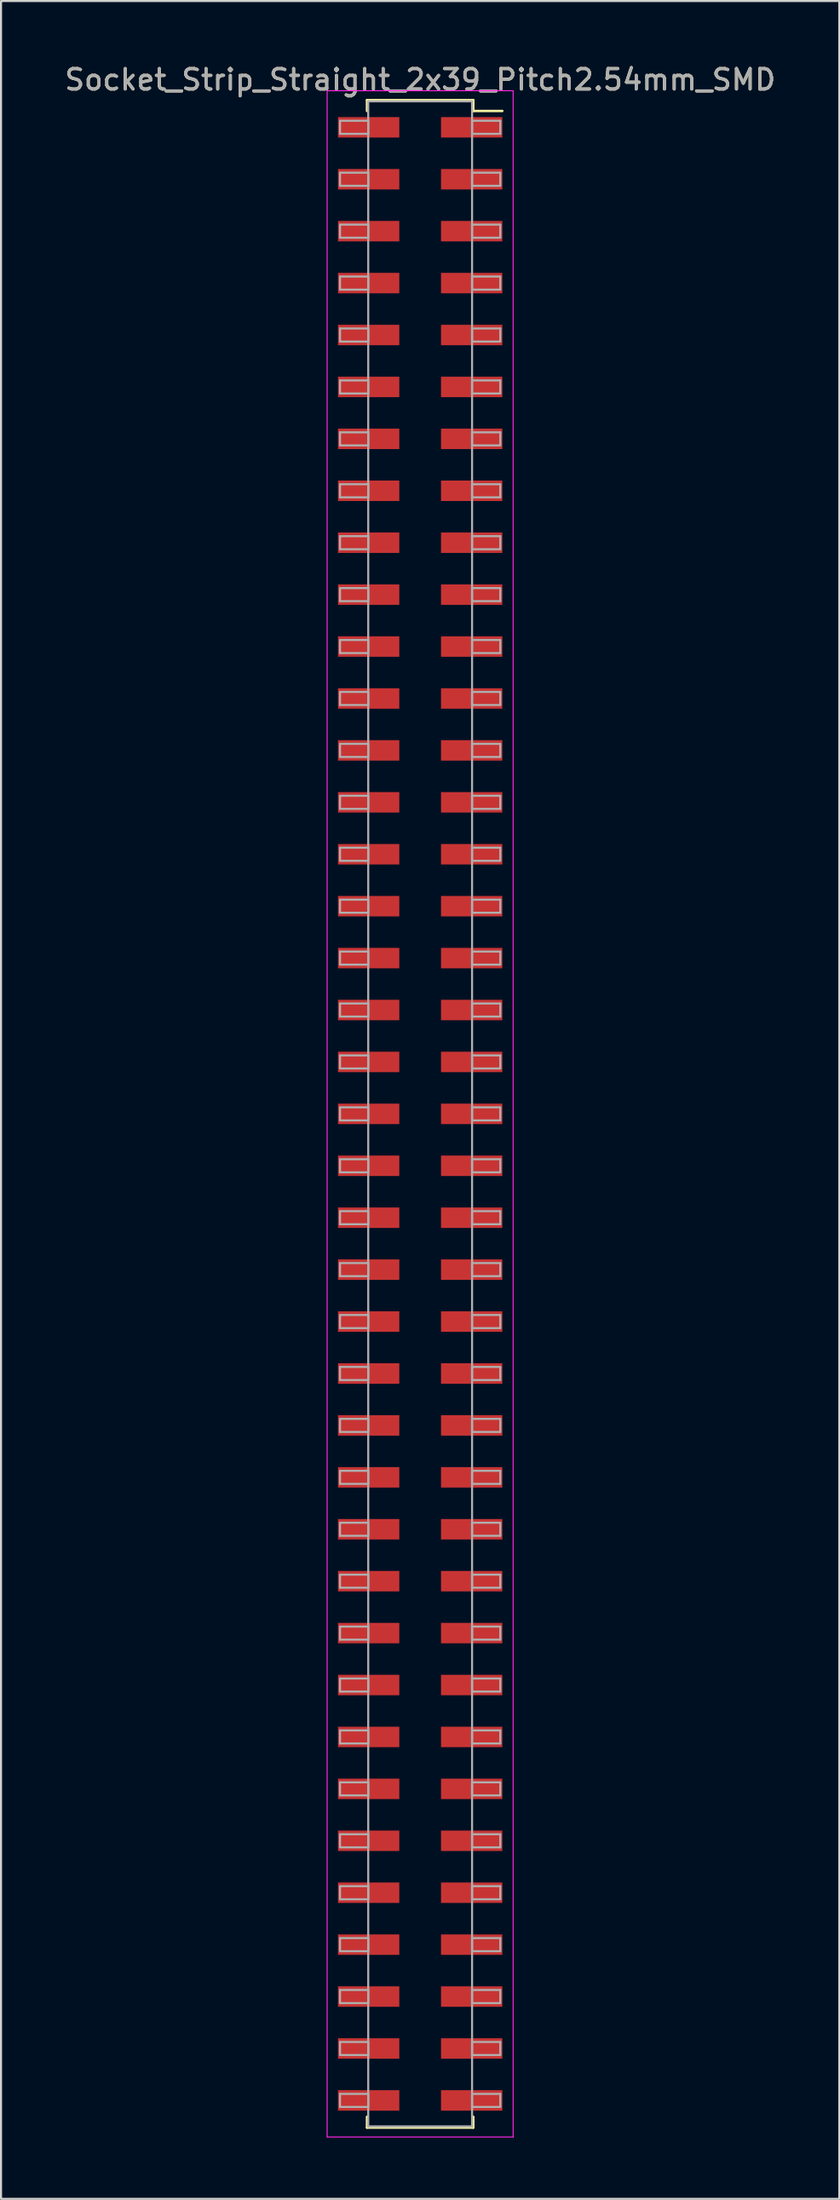
<source format=kicad_pcb>
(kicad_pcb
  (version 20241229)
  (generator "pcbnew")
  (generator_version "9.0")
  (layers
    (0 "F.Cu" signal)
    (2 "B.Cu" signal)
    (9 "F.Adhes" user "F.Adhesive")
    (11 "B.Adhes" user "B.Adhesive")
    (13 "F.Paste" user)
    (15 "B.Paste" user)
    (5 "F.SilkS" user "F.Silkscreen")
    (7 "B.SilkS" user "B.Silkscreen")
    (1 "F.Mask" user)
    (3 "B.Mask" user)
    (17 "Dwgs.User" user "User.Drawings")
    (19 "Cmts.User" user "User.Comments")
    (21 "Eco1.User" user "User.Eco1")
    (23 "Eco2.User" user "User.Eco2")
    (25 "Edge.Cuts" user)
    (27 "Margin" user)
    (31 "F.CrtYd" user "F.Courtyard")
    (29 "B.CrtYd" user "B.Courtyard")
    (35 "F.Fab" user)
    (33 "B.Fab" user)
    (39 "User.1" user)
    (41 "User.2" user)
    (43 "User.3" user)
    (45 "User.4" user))
  (footprint "Socket_Strip_Straight_2x39_Pitch2.54mm_SMD"
    (layer "F.Cu")
    (at 17.506 51.438)
    (property "Reference" "Socket_Strip_Straight_2x39_Pitch2.54mm_SMD" (at 0 -50.59 0) (layer "F.SilkS") (effects (font (size 1 1) (thickness 0.15))))
    (attr smd)
    (fp_line (start -2.6 -49.59) (end 2.6 -49.59) (stroke (width 0.12) (type solid)) (layer "F.SilkS"))
    (fp_line (start -2.6 -49.06) (end -2.6 -49.59) (stroke (width 0.12) (type solid)) (layer "F.SilkS"))
    (fp_line (start -2.6 49.06) (end -2.6 49.59) (stroke (width 0.12) (type solid)) (layer "F.SilkS"))
    (fp_line (start -2.6 49.59) (end 2.6 49.59) (stroke (width 0.12) (type solid)) (layer "F.SilkS"))
    (fp_line (start 2.6 -49.59) (end 2.6 -49.06) (stroke (width 0.12) (type solid)) (layer "F.SilkS"))
    (fp_line (start 2.6 49.59) (end 2.6 49.06) (stroke (width 0.12) (type solid)) (layer "F.SilkS"))
    (fp_line (start 4.02 -49.06) (end 2.6 -49.06) (stroke (width 0.12) (type solid)) (layer "F.SilkS"))
    (fp_line (start -4.55 -50.05) (end -4.55 50.05) (stroke (width 0.05) (type solid)) (layer "F.CrtYd"))
    (fp_line (start -4.55 50.05) (end 4.55 50.05) (stroke (width 0.05) (type solid)) (layer "F.CrtYd"))
    (fp_line (start 4.55 -50.05) (end -4.55 -50.05) (stroke (width 0.05) (type solid)) (layer "F.CrtYd"))
    (fp_line (start 4.55 50.05) (end 4.55 -50.05) (stroke (width 0.05) (type solid)) (layer "F.CrtYd"))
    (fp_line (start -3.92 -48.58) (end -2.54 -48.58) (stroke (width 0.1) (type solid)) (layer "F.Fab"))
    (fp_line (start -3.92 -47.94) (end -3.92 -48.58) (stroke (width 0.1) (type solid)) (layer "F.Fab"))
    (fp_line (start -3.92 -46.04) (end -2.54 -46.04) (stroke (width 0.1) (type solid)) (layer "F.Fab"))
    (fp_line (start -3.92 -45.4) (end -3.92 -46.04) (stroke (width 0.1) (type solid)) (layer "F.Fab"))
    (fp_line (start -3.92 -43.5) (end -2.54 -43.5) (stroke (width 0.1) (type solid)) (layer "F.Fab"))
    (fp_line (start -3.92 -42.86) (end -3.92 -43.5) (stroke (width 0.1) (type solid)) (layer "F.Fab"))
    (fp_line (start -3.92 -40.96) (end -2.54 -40.96) (stroke (width 0.1) (type solid)) (layer "F.Fab"))
    (fp_line (start -3.92 -40.32) (end -3.92 -40.96) (stroke (width 0.1) (type solid)) (layer "F.Fab"))
    (fp_line (start -3.92 -38.42) (end -2.54 -38.42) (stroke (width 0.1) (type solid)) (layer "F.Fab"))
    (fp_line (start -3.92 -37.78) (end -3.92 -38.42) (stroke (width 0.1) (type solid)) (layer "F.Fab"))
    (fp_line (start -3.92 -35.88) (end -2.54 -35.88) (stroke (width 0.1) (type solid)) (layer "F.Fab"))
    (fp_line (start -3.92 -35.24) (end -3.92 -35.88) (stroke (width 0.1) (type solid)) (layer "F.Fab"))
    (fp_line (start -3.92 -33.34) (end -2.54 -33.34) (stroke (width 0.1) (type solid)) (layer "F.Fab"))
    (fp_line (start -3.92 -32.7) (end -3.92 -33.34) (stroke (width 0.1) (type solid)) (layer "F.Fab"))
    (fp_line (start -3.92 -30.8) (end -2.54 -30.8) (stroke (width 0.1) (type solid)) (layer "F.Fab"))
    (fp_line (start -3.92 -30.16) (end -3.92 -30.8) (stroke (width 0.1) (type solid)) (layer "F.Fab"))
    (fp_line (start -3.92 -28.26) (end -2.54 -28.26) (stroke (width 0.1) (type solid)) (layer "F.Fab"))
    (fp_line (start -3.92 -27.62) (end -3.92 -28.26) (stroke (width 0.1) (type solid)) (layer "F.Fab"))
    (fp_line (start -3.92 -25.72) (end -2.54 -25.72) (stroke (width 0.1) (type solid)) (layer "F.Fab"))
    (fp_line (start -3.92 -25.08) (end -3.92 -25.72) (stroke (width 0.1) (type solid)) (layer "F.Fab"))
    (fp_line (start -3.92 -23.18) (end -2.54 -23.18) (stroke (width 0.1) (type solid)) (layer "F.Fab"))
    (fp_line (start -3.92 -22.54) (end -3.92 -23.18) (stroke (width 0.1) (type solid)) (layer "F.Fab"))
    (fp_line (start -3.92 -20.64) (end -2.54 -20.64) (stroke (width 0.1) (type solid)) (layer "F.Fab"))
    (fp_line (start -3.92 -20) (end -3.92 -20.64) (stroke (width 0.1) (type solid)) (layer "F.Fab"))
    (fp_line (start -3.92 -18.1) (end -2.54 -18.1) (stroke (width 0.1) (type solid)) (layer "F.Fab"))
    (fp_line (start -3.92 -17.46) (end -3.92 -18.1) (stroke (width 0.1) (type solid)) (layer "F.Fab"))
    (fp_line (start -3.92 -15.56) (end -2.54 -15.56) (stroke (width 0.1) (type solid)) (layer "F.Fab"))
    (fp_line (start -3.92 -14.92) (end -3.92 -15.56) (stroke (width 0.1) (type solid)) (layer "F.Fab"))
    (fp_line (start -3.92 -13.02) (end -2.54 -13.02) (stroke (width 0.1) (type solid)) (layer "F.Fab"))
    (fp_line (start -3.92 -12.38) (end -3.92 -13.02) (stroke (width 0.1) (type solid)) (layer "F.Fab"))
    (fp_line (start -3.92 -10.48) (end -2.54 -10.48) (stroke (width 0.1) (type solid)) (layer "F.Fab"))
    (fp_line (start -3.92 -9.84) (end -3.92 -10.48) (stroke (width 0.1) (type solid)) (layer "F.Fab"))
    (fp_line (start -3.92 -7.94) (end -2.54 -7.94) (stroke (width 0.1) (type solid)) (layer "F.Fab"))
    (fp_line (start -3.92 -7.3) (end -3.92 -7.94) (stroke (width 0.1) (type solid)) (layer "F.Fab"))
    (fp_line (start -3.92 -5.4) (end -2.54 -5.4) (stroke (width 0.1) (type solid)) (layer "F.Fab"))
    (fp_line (start -3.92 -4.76) (end -3.92 -5.4) (stroke (width 0.1) (type solid)) (layer "F.Fab"))
    (fp_line (start -3.92 -2.86) (end -2.54 -2.86) (stroke (width 0.1) (type solid)) (layer "F.Fab"))
    (fp_line (start -3.92 -2.22) (end -3.92 -2.86) (stroke (width 0.1) (type solid)) (layer "F.Fab"))
    (fp_line (start -3.92 -0.32) (end -2.54 -0.32) (stroke (width 0.1) (type solid)) (layer "F.Fab"))
    (fp_line (start -3.92 0.32) (end -3.92 -0.32) (stroke (width 0.1) (type solid)) (layer "F.Fab"))
    (fp_line (start -3.92 2.22) (end -2.54 2.22) (stroke (width 0.1) (type solid)) (layer "F.Fab"))
    (fp_line (start -3.92 2.86) (end -3.92 2.22) (stroke (width 0.1) (type solid)) (layer "F.Fab"))
    (fp_line (start -3.92 4.76) (end -2.54 4.76) (stroke (width 0.1) (type solid)) (layer "F.Fab"))
    (fp_line (start -3.92 5.4) (end -3.92 4.76) (stroke (width 0.1) (type solid)) (layer "F.Fab"))
    (fp_line (start -3.92 7.3) (end -2.54 7.3) (stroke (width 0.1) (type solid)) (layer "F.Fab"))
    (fp_line (start -3.92 7.94) (end -3.92 7.3) (stroke (width 0.1) (type solid)) (layer "F.Fab"))
    (fp_line (start -3.92 9.84) (end -2.54 9.84) (stroke (width 0.1) (type solid)) (layer "F.Fab"))
    (fp_line (start -3.92 10.48) (end -3.92 9.84) (stroke (width 0.1) (type solid)) (layer "F.Fab"))
    (fp_line (start -3.92 12.38) (end -2.54 12.38) (stroke (width 0.1) (type solid)) (layer "F.Fab"))
    (fp_line (start -3.92 13.02) (end -3.92 12.38) (stroke (width 0.1) (type solid)) (layer "F.Fab"))
    (fp_line (start -3.92 14.92) (end -2.54 14.92) (stroke (width 0.1) (type solid)) (layer "F.Fab"))
    (fp_line (start -3.92 15.56) (end -3.92 14.92) (stroke (width 0.1) (type solid)) (layer "F.Fab"))
    (fp_line (start -3.92 17.46) (end -2.54 17.46) (stroke (width 0.1) (type solid)) (layer "F.Fab"))
    (fp_line (start -3.92 18.1) (end -3.92 17.46) (stroke (width 0.1) (type solid)) (layer "F.Fab"))
    (fp_line (start -3.92 20) (end -2.54 20) (stroke (width 0.1) (type solid)) (layer "F.Fab"))
    (fp_line (start -3.92 20.64) (end -3.92 20) (stroke (width 0.1) (type solid)) (layer "F.Fab"))
    (fp_line (start -3.92 22.54) (end -2.54 22.54) (stroke (width 0.1) (type solid)) (layer "F.Fab"))
    (fp_line (start -3.92 23.18) (end -3.92 22.54) (stroke (width 0.1) (type solid)) (layer "F.Fab"))
    (fp_line (start -3.92 25.08) (end -2.54 25.08) (stroke (width 0.1) (type solid)) (layer "F.Fab"))
    (fp_line (start -3.92 25.72) (end -3.92 25.08) (stroke (width 0.1) (type solid)) (layer "F.Fab"))
    (fp_line (start -3.92 27.62) (end -2.54 27.62) (stroke (width 0.1) (type solid)) (layer "F.Fab"))
    (fp_line (start -3.92 28.26) (end -3.92 27.62) (stroke (width 0.1) (type solid)) (layer "F.Fab"))
    (fp_line (start -3.92 30.16) (end -2.54 30.16) (stroke (width 0.1) (type solid)) (layer "F.Fab"))
    (fp_line (start -3.92 30.8) (end -3.92 30.16) (stroke (width 0.1) (type solid)) (layer "F.Fab"))
    (fp_line (start -3.92 32.7) (end -2.54 32.7) (stroke (width 0.1) (type solid)) (layer "F.Fab"))
    (fp_line (start -3.92 33.34) (end -3.92 32.7) (stroke (width 0.1) (type solid)) (layer "F.Fab"))
    (fp_line (start -3.92 35.24) (end -2.54 35.24) (stroke (width 0.1) (type solid)) (layer "F.Fab"))
    (fp_line (start -3.92 35.88) (end -3.92 35.24) (stroke (width 0.1) (type solid)) (layer "F.Fab"))
    (fp_line (start -3.92 37.78) (end -2.54 37.78) (stroke (width 0.1) (type solid)) (layer "F.Fab"))
    (fp_line (start -3.92 38.42) (end -3.92 37.78) (stroke (width 0.1) (type solid)) (layer "F.Fab"))
    (fp_line (start -3.92 40.32) (end -2.54 40.32) (stroke (width 0.1) (type solid)) (layer "F.Fab"))
    (fp_line (start -3.92 40.96) (end -3.92 40.32) (stroke (width 0.1) (type solid)) (layer "F.Fab"))
    (fp_line (start -3.92 42.86) (end -2.54 42.86) (stroke (width 0.1) (type solid)) (layer "F.Fab"))
    (fp_line (start -3.92 43.5) (end -3.92 42.86) (stroke (width 0.1) (type solid)) (layer "F.Fab"))
    (fp_line (start -3.92 45.4) (end -2.54 45.4) (stroke (width 0.1) (type solid)) (layer "F.Fab"))
    (fp_line (start -3.92 46.04) (end -3.92 45.4) (stroke (width 0.1) (type solid)) (layer "F.Fab"))
    (fp_line (start -3.92 47.94) (end -2.54 47.94) (stroke (width 0.1) (type solid)) (layer "F.Fab"))
    (fp_line (start -3.92 48.58) (end -3.92 47.94) (stroke (width 0.1) (type solid)) (layer "F.Fab"))
    (fp_line (start -2.54 -49.53) (end -2.54 49.53) (stroke (width 0.1) (type solid)) (layer "F.Fab"))
    (fp_line (start -2.54 -48.58) (end -2.54 -47.94) (stroke (width 0.1) (type solid)) (layer "F.Fab"))
    (fp_line (start -2.54 -47.94) (end -3.92 -47.94) (stroke (width 0.1) (type solid)) (layer "F.Fab"))
    (fp_line (start -2.54 -46.04) (end -2.54 -45.4) (stroke (width 0.1) (type solid)) (layer "F.Fab"))
    (fp_line (start -2.54 -45.4) (end -3.92 -45.4) (stroke (width 0.1) (type solid)) (layer "F.Fab"))
    (fp_line (start -2.54 -43.5) (end -2.54 -42.86) (stroke (width 0.1) (type solid)) (layer "F.Fab"))
    (fp_line (start -2.54 -42.86) (end -3.92 -42.86) (stroke (width 0.1) (type solid)) (layer "F.Fab"))
    (fp_line (start -2.54 -40.96) (end -2.54 -40.32) (stroke (width 0.1) (type solid)) (layer "F.Fab"))
    (fp_line (start -2.54 -40.32) (end -3.92 -40.32) (stroke (width 0.1) (type solid)) (layer "F.Fab"))
    (fp_line (start -2.54 -38.42) (end -2.54 -37.78) (stroke (width 0.1) (type solid)) (layer "F.Fab"))
    (fp_line (start -2.54 -37.78) (end -3.92 -37.78) (stroke (width 0.1) (type solid)) (layer "F.Fab"))
    (fp_line (start -2.54 -35.88) (end -2.54 -35.24) (stroke (width 0.1) (type solid)) (layer "F.Fab"))
    (fp_line (start -2.54 -35.24) (end -3.92 -35.24) (stroke (width 0.1) (type solid)) (layer "F.Fab"))
    (fp_line (start -2.54 -33.34) (end -2.54 -32.7) (stroke (width 0.1) (type solid)) (layer "F.Fab"))
    (fp_line (start -2.54 -32.7) (end -3.92 -32.7) (stroke (width 0.1) (type solid)) (layer "F.Fab"))
    (fp_line (start -2.54 -30.8) (end -2.54 -30.16) (stroke (width 0.1) (type solid)) (layer "F.Fab"))
    (fp_line (start -2.54 -30.16) (end -3.92 -30.16) (stroke (width 0.1) (type solid)) (layer "F.Fab"))
    (fp_line (start -2.54 -28.26) (end -2.54 -27.62) (stroke (width 0.1) (type solid)) (layer "F.Fab"))
    (fp_line (start -2.54 -27.62) (end -3.92 -27.62) (stroke (width 0.1) (type solid)) (layer "F.Fab"))
    (fp_line (start -2.54 -25.72) (end -2.54 -25.08) (stroke (width 0.1) (type solid)) (layer "F.Fab"))
    (fp_line (start -2.54 -25.08) (end -3.92 -25.08) (stroke (width 0.1) (type solid)) (layer "F.Fab"))
    (fp_line (start -2.54 -23.18) (end -2.54 -22.54) (stroke (width 0.1) (type solid)) (layer "F.Fab"))
    (fp_line (start -2.54 -22.54) (end -3.92 -22.54) (stroke (width 0.1) (type solid)) (layer "F.Fab"))
    (fp_line (start -2.54 -20.64) (end -2.54 -20) (stroke (width 0.1) (type solid)) (layer "F.Fab"))
    (fp_line (start -2.54 -20) (end -3.92 -20) (stroke (width 0.1) (type solid)) (layer "F.Fab"))
    (fp_line (start -2.54 -18.1) (end -2.54 -17.46) (stroke (width 0.1) (type solid)) (layer "F.Fab"))
    (fp_line (start -2.54 -17.46) (end -3.92 -17.46) (stroke (width 0.1) (type solid)) (layer "F.Fab"))
    (fp_line (start -2.54 -15.56) (end -2.54 -14.92) (stroke (width 0.1) (type solid)) (layer "F.Fab"))
    (fp_line (start -2.54 -14.92) (end -3.92 -14.92) (stroke (width 0.1) (type solid)) (layer "F.Fab"))
    (fp_line (start -2.54 -13.02) (end -2.54 -12.38) (stroke (width 0.1) (type solid)) (layer "F.Fab"))
    (fp_line (start -2.54 -12.38) (end -3.92 -12.38) (stroke (width 0.1) (type solid)) (layer "F.Fab"))
    (fp_line (start -2.54 -10.48) (end -2.54 -9.84) (stroke (width 0.1) (type solid)) (layer "F.Fab"))
    (fp_line (start -2.54 -9.84) (end -3.92 -9.84) (stroke (width 0.1) (type solid)) (layer "F.Fab"))
    (fp_line (start -2.54 -7.94) (end -2.54 -7.3) (stroke (width 0.1) (type solid)) (layer "F.Fab"))
    (fp_line (start -2.54 -7.3) (end -3.92 -7.3) (stroke (width 0.1) (type solid)) (layer "F.Fab"))
    (fp_line (start -2.54 -5.4) (end -2.54 -4.76) (stroke (width 0.1) (type solid)) (layer "F.Fab"))
    (fp_line (start -2.54 -4.76) (end -3.92 -4.76) (stroke (width 0.1) (type solid)) (layer "F.Fab"))
    (fp_line (start -2.54 -2.86) (end -2.54 -2.22) (stroke (width 0.1) (type solid)) (layer "F.Fab"))
    (fp_line (start -2.54 -2.22) (end -3.92 -2.22) (stroke (width 0.1) (type solid)) (layer "F.Fab"))
    (fp_line (start -2.54 -0.32) (end -2.54 0.32) (stroke (width 0.1) (type solid)) (layer "F.Fab"))
    (fp_line (start -2.54 0.32) (end -3.92 0.32) (stroke (width 0.1) (type solid)) (layer "F.Fab"))
    (fp_line (start -2.54 2.22) (end -2.54 2.86) (stroke (width 0.1) (type solid)) (layer "F.Fab"))
    (fp_line (start -2.54 2.86) (end -3.92 2.86) (stroke (width 0.1) (type solid)) (layer "F.Fab"))
    (fp_line (start -2.54 4.76) (end -2.54 5.4) (stroke (width 0.1) (type solid)) (layer "F.Fab"))
    (fp_line (start -2.54 5.4) (end -3.92 5.4) (stroke (width 0.1) (type solid)) (layer "F.Fab"))
    (fp_line (start -2.54 7.3) (end -2.54 7.94) (stroke (width 0.1) (type solid)) (layer "F.Fab"))
    (fp_line (start -2.54 7.94) (end -3.92 7.94) (stroke (width 0.1) (type solid)) (layer "F.Fab"))
    (fp_line (start -2.54 9.84) (end -2.54 10.48) (stroke (width 0.1) (type solid)) (layer "F.Fab"))
    (fp_line (start -2.54 10.48) (end -3.92 10.48) (stroke (width 0.1) (type solid)) (layer "F.Fab"))
    (fp_line (start -2.54 12.38) (end -2.54 13.02) (stroke (width 0.1) (type solid)) (layer "F.Fab"))
    (fp_line (start -2.54 13.02) (end -3.92 13.02) (stroke (width 0.1) (type solid)) (layer "F.Fab"))
    (fp_line (start -2.54 14.92) (end -2.54 15.56) (stroke (width 0.1) (type solid)) (layer "F.Fab"))
    (fp_line (start -2.54 15.56) (end -3.92 15.56) (stroke (width 0.1) (type solid)) (layer "F.Fab"))
    (fp_line (start -2.54 17.46) (end -2.54 18.1) (stroke (width 0.1) (type solid)) (layer "F.Fab"))
    (fp_line (start -2.54 18.1) (end -3.92 18.1) (stroke (width 0.1) (type solid)) (layer "F.Fab"))
    (fp_line (start -2.54 20) (end -2.54 20.64) (stroke (width 0.1) (type solid)) (layer "F.Fab"))
    (fp_line (start -2.54 20.64) (end -3.92 20.64) (stroke (width 0.1) (type solid)) (layer "F.Fab"))
    (fp_line (start -2.54 22.54) (end -2.54 23.18) (stroke (width 0.1) (type solid)) (layer "F.Fab"))
    (fp_line (start -2.54 23.18) (end -3.92 23.18) (stroke (width 0.1) (type solid)) (layer "F.Fab"))
    (fp_line (start -2.54 25.08) (end -2.54 25.72) (stroke (width 0.1) (type solid)) (layer "F.Fab"))
    (fp_line (start -2.54 25.72) (end -3.92 25.72) (stroke (width 0.1) (type solid)) (layer "F.Fab"))
    (fp_line (start -2.54 27.62) (end -2.54 28.26) (stroke (width 0.1) (type solid)) (layer "F.Fab"))
    (fp_line (start -2.54 28.26) (end -3.92 28.26) (stroke (width 0.1) (type solid)) (layer "F.Fab"))
    (fp_line (start -2.54 30.16) (end -2.54 30.8) (stroke (width 0.1) (type solid)) (layer "F.Fab"))
    (fp_line (start -2.54 30.8) (end -3.92 30.8) (stroke (width 0.1) (type solid)) (layer "F.Fab"))
    (fp_line (start -2.54 32.7) (end -2.54 33.34) (stroke (width 0.1) (type solid)) (layer "F.Fab"))
    (fp_line (start -2.54 33.34) (end -3.92 33.34) (stroke (width 0.1) (type solid)) (layer "F.Fab"))
    (fp_line (start -2.54 35.24) (end -2.54 35.88) (stroke (width 0.1) (type solid)) (layer "F.Fab"))
    (fp_line (start -2.54 35.88) (end -3.92 35.88) (stroke (width 0.1) (type solid)) (layer "F.Fab"))
    (fp_line (start -2.54 37.78) (end -2.54 38.42) (stroke (width 0.1) (type solid)) (layer "F.Fab"))
    (fp_line (start -2.54 38.42) (end -3.92 38.42) (stroke (width 0.1) (type solid)) (layer "F.Fab"))
    (fp_line (start -2.54 40.32) (end -2.54 40.96) (stroke (width 0.1) (type solid)) (layer "F.Fab"))
    (fp_line (start -2.54 40.96) (end -3.92 40.96) (stroke (width 0.1) (type solid)) (layer "F.Fab"))
    (fp_line (start -2.54 42.86) (end -2.54 43.5) (stroke (width 0.1) (type solid)) (layer "F.Fab"))
    (fp_line (start -2.54 43.5) (end -3.92 43.5) (stroke (width 0.1) (type solid)) (layer "F.Fab"))
    (fp_line (start -2.54 45.4) (end -2.54 46.04) (stroke (width 0.1) (type solid)) (layer "F.Fab"))
    (fp_line (start -2.54 46.04) (end -3.92 46.04) (stroke (width 0.1) (type solid)) (layer "F.Fab"))
    (fp_line (start -2.54 47.94) (end -2.54 48.58) (stroke (width 0.1) (type solid)) (layer "F.Fab"))
    (fp_line (start -2.54 48.58) (end -3.92 48.58) (stroke (width 0.1) (type solid)) (layer "F.Fab"))
    (fp_line (start -2.54 49.53) (end 2.54 49.53) (stroke (width 0.1) (type solid)) (layer "F.Fab"))
    (fp_line (start 2.54 -49.53) (end -2.54 -49.53) (stroke (width 0.1) (type solid)) (layer "F.Fab"))
    (fp_line (start 2.54 -48.58) (end 2.54 -47.94) (stroke (width 0.1) (type solid)) (layer "F.Fab"))
    (fp_line (start 2.54 -47.94) (end 3.92 -47.94) (stroke (width 0.1) (type solid)) (layer "F.Fab"))
    (fp_line (start 2.54 -46.04) (end 2.54 -45.4) (stroke (width 0.1) (type solid)) (layer "F.Fab"))
    (fp_line (start 2.54 -45.4) (end 3.92 -45.4) (stroke (width 0.1) (type solid)) (layer "F.Fab"))
    (fp_line (start 2.54 -43.5) (end 2.54 -42.86) (stroke (width 0.1) (type solid)) (layer "F.Fab"))
    (fp_line (start 2.54 -42.86) (end 3.92 -42.86) (stroke (width 0.1) (type solid)) (layer "F.Fab"))
    (fp_line (start 2.54 -40.96) (end 2.54 -40.32) (stroke (width 0.1) (type solid)) (layer "F.Fab"))
    (fp_line (start 2.54 -40.32) (end 3.92 -40.32) (stroke (width 0.1) (type solid)) (layer "F.Fab"))
    (fp_line (start 2.54 -38.42) (end 2.54 -37.78) (stroke (width 0.1) (type solid)) (layer "F.Fab"))
    (fp_line (start 2.54 -37.78) (end 3.92 -37.78) (stroke (width 0.1) (type solid)) (layer "F.Fab"))
    (fp_line (start 2.54 -35.88) (end 2.54 -35.24) (stroke (width 0.1) (type solid)) (layer "F.Fab"))
    (fp_line (start 2.54 -35.24) (end 3.92 -35.24) (stroke (width 0.1) (type solid)) (layer "F.Fab"))
    (fp_line (start 2.54 -33.34) (end 2.54 -32.7) (stroke (width 0.1) (type solid)) (layer "F.Fab"))
    (fp_line (start 2.54 -32.7) (end 3.92 -32.7) (stroke (width 0.1) (type solid)) (layer "F.Fab"))
    (fp_line (start 2.54 -30.8) (end 2.54 -30.16) (stroke (width 0.1) (type solid)) (layer "F.Fab"))
    (fp_line (start 2.54 -30.16) (end 3.92 -30.16) (stroke (width 0.1) (type solid)) (layer "F.Fab"))
    (fp_line (start 2.54 -28.26) (end 2.54 -27.62) (stroke (width 0.1) (type solid)) (layer "F.Fab"))
    (fp_line (start 2.54 -27.62) (end 3.92 -27.62) (stroke (width 0.1) (type solid)) (layer "F.Fab"))
    (fp_line (start 2.54 -25.72) (end 2.54 -25.08) (stroke (width 0.1) (type solid)) (layer "F.Fab"))
    (fp_line (start 2.54 -25.08) (end 3.92 -25.08) (stroke (width 0.1) (type solid)) (layer "F.Fab"))
    (fp_line (start 2.54 -23.18) (end 2.54 -22.54) (stroke (width 0.1) (type solid)) (layer "F.Fab"))
    (fp_line (start 2.54 -22.54) (end 3.92 -22.54) (stroke (width 0.1) (type solid)) (layer "F.Fab"))
    (fp_line (start 2.54 -20.64) (end 2.54 -20) (stroke (width 0.1) (type solid)) (layer "F.Fab"))
    (fp_line (start 2.54 -20) (end 3.92 -20) (stroke (width 0.1) (type solid)) (layer "F.Fab"))
    (fp_line (start 2.54 -18.1) (end 2.54 -17.46) (stroke (width 0.1) (type solid)) (layer "F.Fab"))
    (fp_line (start 2.54 -17.46) (end 3.92 -17.46) (stroke (width 0.1) (type solid)) (layer "F.Fab"))
    (fp_line (start 2.54 -15.56) (end 2.54 -14.92) (stroke (width 0.1) (type solid)) (layer "F.Fab"))
    (fp_line (start 2.54 -14.92) (end 3.92 -14.92) (stroke (width 0.1) (type solid)) (layer "F.Fab"))
    (fp_line (start 2.54 -13.02) (end 2.54 -12.38) (stroke (width 0.1) (type solid)) (layer "F.Fab"))
    (fp_line (start 2.54 -12.38) (end 3.92 -12.38) (stroke (width 0.1) (type solid)) (layer "F.Fab"))
    (fp_line (start 2.54 -10.48) (end 2.54 -9.84) (stroke (width 0.1) (type solid)) (layer "F.Fab"))
    (fp_line (start 2.54 -9.84) (end 3.92 -9.84) (stroke (width 0.1) (type solid)) (layer "F.Fab"))
    (fp_line (start 2.54 -7.94) (end 2.54 -7.3) (stroke (width 0.1) (type solid)) (layer "F.Fab"))
    (fp_line (start 2.54 -7.3) (end 3.92 -7.3) (stroke (width 0.1) (type solid)) (layer "F.Fab"))
    (fp_line (start 2.54 -5.4) (end 2.54 -4.76) (stroke (width 0.1) (type solid)) (layer "F.Fab"))
    (fp_line (start 2.54 -4.76) (end 3.92 -4.76) (stroke (width 0.1) (type solid)) (layer "F.Fab"))
    (fp_line (start 2.54 -2.86) (end 2.54 -2.22) (stroke (width 0.1) (type solid)) (layer "F.Fab"))
    (fp_line (start 2.54 -2.22) (end 3.92 -2.22) (stroke (width 0.1) (type solid)) (layer "F.Fab"))
    (fp_line (start 2.54 -0.32) (end 2.54 0.32) (stroke (width 0.1) (type solid)) (layer "F.Fab"))
    (fp_line (start 2.54 0.32) (end 3.92 0.32) (stroke (width 0.1) (type solid)) (layer "F.Fab"))
    (fp_line (start 2.54 2.22) (end 2.54 2.86) (stroke (width 0.1) (type solid)) (layer "F.Fab"))
    (fp_line (start 2.54 2.86) (end 3.92 2.86) (stroke (width 0.1) (type solid)) (layer "F.Fab"))
    (fp_line (start 2.54 4.76) (end 2.54 5.4) (stroke (width 0.1) (type solid)) (layer "F.Fab"))
    (fp_line (start 2.54 5.4) (end 3.92 5.4) (stroke (width 0.1) (type solid)) (layer "F.Fab"))
    (fp_line (start 2.54 7.3) (end 2.54 7.94) (stroke (width 0.1) (type solid)) (layer "F.Fab"))
    (fp_line (start 2.54 7.94) (end 3.92 7.94) (stroke (width 0.1) (type solid)) (layer "F.Fab"))
    (fp_line (start 2.54 9.84) (end 2.54 10.48) (stroke (width 0.1) (type solid)) (layer "F.Fab"))
    (fp_line (start 2.54 10.48) (end 3.92 10.48) (stroke (width 0.1) (type solid)) (layer "F.Fab"))
    (fp_line (start 2.54 12.38) (end 2.54 13.02) (stroke (width 0.1) (type solid)) (layer "F.Fab"))
    (fp_line (start 2.54 13.02) (end 3.92 13.02) (stroke (width 0.1) (type solid)) (layer "F.Fab"))
    (fp_line (start 2.54 14.92) (end 2.54 15.56) (stroke (width 0.1) (type solid)) (layer "F.Fab"))
    (fp_line (start 2.54 15.56) (end 3.92 15.56) (stroke (width 0.1) (type solid)) (layer "F.Fab"))
    (fp_line (start 2.54 17.46) (end 2.54 18.1) (stroke (width 0.1) (type solid)) (layer "F.Fab"))
    (fp_line (start 2.54 18.1) (end 3.92 18.1) (stroke (width 0.1) (type solid)) (layer "F.Fab"))
    (fp_line (start 2.54 20) (end 2.54 20.64) (stroke (width 0.1) (type solid)) (layer "F.Fab"))
    (fp_line (start 2.54 20.64) (end 3.92 20.64) (stroke (width 0.1) (type solid)) (layer "F.Fab"))
    (fp_line (start 2.54 22.54) (end 2.54 23.18) (stroke (width 0.1) (type solid)) (layer "F.Fab"))
    (fp_line (start 2.54 23.18) (end 3.92 23.18) (stroke (width 0.1) (type solid)) (layer "F.Fab"))
    (fp_line (start 2.54 25.08) (end 2.54 25.72) (stroke (width 0.1) (type solid)) (layer "F.Fab"))
    (fp_line (start 2.54 25.72) (end 3.92 25.72) (stroke (width 0.1) (type solid)) (layer "F.Fab"))
    (fp_line (start 2.54 27.62) (end 2.54 28.26) (stroke (width 0.1) (type solid)) (layer "F.Fab"))
    (fp_line (start 2.54 28.26) (end 3.92 28.26) (stroke (width 0.1) (type solid)) (layer "F.Fab"))
    (fp_line (start 2.54 30.16) (end 2.54 30.8) (stroke (width 0.1) (type solid)) (layer "F.Fab"))
    (fp_line (start 2.54 30.8) (end 3.92 30.8) (stroke (width 0.1) (type solid)) (layer "F.Fab"))
    (fp_line (start 2.54 32.7) (end 2.54 33.34) (stroke (width 0.1) (type solid)) (layer "F.Fab"))
    (fp_line (start 2.54 33.34) (end 3.92 33.34) (stroke (width 0.1) (type solid)) (layer "F.Fab"))
    (fp_line (start 2.54 35.24) (end 2.54 35.88) (stroke (width 0.1) (type solid)) (layer "F.Fab"))
    (fp_line (start 2.54 35.88) (end 3.92 35.88) (stroke (width 0.1) (type solid)) (layer "F.Fab"))
    (fp_line (start 2.54 37.78) (end 2.54 38.42) (stroke (width 0.1) (type solid)) (layer "F.Fab"))
    (fp_line (start 2.54 38.42) (end 3.92 38.42) (stroke (width 0.1) (type solid)) (layer "F.Fab"))
    (fp_line (start 2.54 40.32) (end 2.54 40.96) (stroke (width 0.1) (type solid)) (layer "F.Fab"))
    (fp_line (start 2.54 40.96) (end 3.92 40.96) (stroke (width 0.1) (type solid)) (layer "F.Fab"))
    (fp_line (start 2.54 42.86) (end 2.54 43.5) (stroke (width 0.1) (type solid)) (layer "F.Fab"))
    (fp_line (start 2.54 43.5) (end 3.92 43.5) (stroke (width 0.1) (type solid)) (layer "F.Fab"))
    (fp_line (start 2.54 45.4) (end 2.54 46.04) (stroke (width 0.1) (type solid)) (layer "F.Fab"))
    (fp_line (start 2.54 46.04) (end 3.92 46.04) (stroke (width 0.1) (type solid)) (layer "F.Fab"))
    (fp_line (start 2.54 47.94) (end 2.54 48.58) (stroke (width 0.1) (type solid)) (layer "F.Fab"))
    (fp_line (start 2.54 48.58) (end 3.92 48.58) (stroke (width 0.1) (type solid)) (layer "F.Fab"))
    (fp_line (start 2.54 49.53) (end 2.54 -49.53) (stroke (width 0.1) (type solid)) (layer "F.Fab"))
    (fp_line (start 3.92 -48.58) (end 2.54 -48.58) (stroke (width 0.1) (type solid)) (layer "F.Fab"))
    (fp_line (start 3.92 -47.94) (end 3.92 -48.58) (stroke (width 0.1) (type solid)) (layer "F.Fab"))
    (fp_line (start 3.92 -46.04) (end 2.54 -46.04) (stroke (width 0.1) (type solid)) (layer "F.Fab"))
    (fp_line (start 3.92 -45.4) (end 3.92 -46.04) (stroke (width 0.1) (type solid)) (layer "F.Fab"))
    (fp_line (start 3.92 -43.5) (end 2.54 -43.5) (stroke (width 0.1) (type solid)) (layer "F.Fab"))
    (fp_line (start 3.92 -42.86) (end 3.92 -43.5) (stroke (width 0.1) (type solid)) (layer "F.Fab"))
    (fp_line (start 3.92 -40.96) (end 2.54 -40.96) (stroke (width 0.1) (type solid)) (layer "F.Fab"))
    (fp_line (start 3.92 -40.32) (end 3.92 -40.96) (stroke (width 0.1) (type solid)) (layer "F.Fab"))
    (fp_line (start 3.92 -38.42) (end 2.54 -38.42) (stroke (width 0.1) (type solid)) (layer "F.Fab"))
    (fp_line (start 3.92 -37.78) (end 3.92 -38.42) (stroke (width 0.1) (type solid)) (layer "F.Fab"))
    (fp_line (start 3.92 -35.88) (end 2.54 -35.88) (stroke (width 0.1) (type solid)) (layer "F.Fab"))
    (fp_line (start 3.92 -35.24) (end 3.92 -35.88) (stroke (width 0.1) (type solid)) (layer "F.Fab"))
    (fp_line (start 3.92 -33.34) (end 2.54 -33.34) (stroke (width 0.1) (type solid)) (layer "F.Fab"))
    (fp_line (start 3.92 -32.7) (end 3.92 -33.34) (stroke (width 0.1) (type solid)) (layer "F.Fab"))
    (fp_line (start 3.92 -30.8) (end 2.54 -30.8) (stroke (width 0.1) (type solid)) (layer "F.Fab"))
    (fp_line (start 3.92 -30.16) (end 3.92 -30.8) (stroke (width 0.1) (type solid)) (layer "F.Fab"))
    (fp_line (start 3.92 -28.26) (end 2.54 -28.26) (stroke (width 0.1) (type solid)) (layer "F.Fab"))
    (fp_line (start 3.92 -27.62) (end 3.92 -28.26) (stroke (width 0.1) (type solid)) (layer "F.Fab"))
    (fp_line (start 3.92 -25.72) (end 2.54 -25.72) (stroke (width 0.1) (type solid)) (layer "F.Fab"))
    (fp_line (start 3.92 -25.08) (end 3.92 -25.72) (stroke (width 0.1) (type solid)) (layer "F.Fab"))
    (fp_line (start 3.92 -23.18) (end 2.54 -23.18) (stroke (width 0.1) (type solid)) (layer "F.Fab"))
    (fp_line (start 3.92 -22.54) (end 3.92 -23.18) (stroke (width 0.1) (type solid)) (layer "F.Fab"))
    (fp_line (start 3.92 -20.64) (end 2.54 -20.64) (stroke (width 0.1) (type solid)) (layer "F.Fab"))
    (fp_line (start 3.92 -20) (end 3.92 -20.64) (stroke (width 0.1) (type solid)) (layer "F.Fab"))
    (fp_line (start 3.92 -18.1) (end 2.54 -18.1) (stroke (width 0.1) (type solid)) (layer "F.Fab"))
    (fp_line (start 3.92 -17.46) (end 3.92 -18.1) (stroke (width 0.1) (type solid)) (layer "F.Fab"))
    (fp_line (start 3.92 -15.56) (end 2.54 -15.56) (stroke (width 0.1) (type solid)) (layer "F.Fab"))
    (fp_line (start 3.92 -14.92) (end 3.92 -15.56) (stroke (width 0.1) (type solid)) (layer "F.Fab"))
    (fp_line (start 3.92 -13.02) (end 2.54 -13.02) (stroke (width 0.1) (type solid)) (layer "F.Fab"))
    (fp_line (start 3.92 -12.38) (end 3.92 -13.02) (stroke (width 0.1) (type solid)) (layer "F.Fab"))
    (fp_line (start 3.92 -10.48) (end 2.54 -10.48) (stroke (width 0.1) (type solid)) (layer "F.Fab"))
    (fp_line (start 3.92 -9.84) (end 3.92 -10.48) (stroke (width 0.1) (type solid)) (layer "F.Fab"))
    (fp_line (start 3.92 -7.94) (end 2.54 -7.94) (stroke (width 0.1) (type solid)) (layer "F.Fab"))
    (fp_line (start 3.92 -7.3) (end 3.92 -7.94) (stroke (width 0.1) (type solid)) (layer "F.Fab"))
    (fp_line (start 3.92 -5.4) (end 2.54 -5.4) (stroke (width 0.1) (type solid)) (layer "F.Fab"))
    (fp_line (start 3.92 -4.76) (end 3.92 -5.4) (stroke (width 0.1) (type solid)) (layer "F.Fab"))
    (fp_line (start 3.92 -2.86) (end 2.54 -2.86) (stroke (width 0.1) (type solid)) (layer "F.Fab"))
    (fp_line (start 3.92 -2.22) (end 3.92 -2.86) (stroke (width 0.1) (type solid)) (layer "F.Fab"))
    (fp_line (start 3.92 -0.32) (end 2.54 -0.32) (stroke (width 0.1) (type solid)) (layer "F.Fab"))
    (fp_line (start 3.92 0.32) (end 3.92 -0.32) (stroke (width 0.1) (type solid)) (layer "F.Fab"))
    (fp_line (start 3.92 2.22) (end 2.54 2.22) (stroke (width 0.1) (type solid)) (layer "F.Fab"))
    (fp_line (start 3.92 2.86) (end 3.92 2.22) (stroke (width 0.1) (type solid)) (layer "F.Fab"))
    (fp_line (start 3.92 4.76) (end 2.54 4.76) (stroke (width 0.1) (type solid)) (layer "F.Fab"))
    (fp_line (start 3.92 5.4) (end 3.92 4.76) (stroke (width 0.1) (type solid)) (layer "F.Fab"))
    (fp_line (start 3.92 7.3) (end 2.54 7.3) (stroke (width 0.1) (type solid)) (layer "F.Fab"))
    (fp_line (start 3.92 7.94) (end 3.92 7.3) (stroke (width 0.1) (type solid)) (layer "F.Fab"))
    (fp_line (start 3.92 9.84) (end 2.54 9.84) (stroke (width 0.1) (type solid)) (layer "F.Fab"))
    (fp_line (start 3.92 10.48) (end 3.92 9.84) (stroke (width 0.1) (type solid)) (layer "F.Fab"))
    (fp_line (start 3.92 12.38) (end 2.54 12.38) (stroke (width 0.1) (type solid)) (layer "F.Fab"))
    (fp_line (start 3.92 13.02) (end 3.92 12.38) (stroke (width 0.1) (type solid)) (layer "F.Fab"))
    (fp_line (start 3.92 14.92) (end 2.54 14.92) (stroke (width 0.1) (type solid)) (layer "F.Fab"))
    (fp_line (start 3.92 15.56) (end 3.92 14.92) (stroke (width 0.1) (type solid)) (layer "F.Fab"))
    (fp_line (start 3.92 17.46) (end 2.54 17.46) (stroke (width 0.1) (type solid)) (layer "F.Fab"))
    (fp_line (start 3.92 18.1) (end 3.92 17.46) (stroke (width 0.1) (type solid)) (layer "F.Fab"))
    (fp_line (start 3.92 20) (end 2.54 20) (stroke (width 0.1) (type solid)) (layer "F.Fab"))
    (fp_line (start 3.92 20.64) (end 3.92 20) (stroke (width 0.1) (type solid)) (layer "F.Fab"))
    (fp_line (start 3.92 22.54) (end 2.54 22.54) (stroke (width 0.1) (type solid)) (layer "F.Fab"))
    (fp_line (start 3.92 23.18) (end 3.92 22.54) (stroke (width 0.1) (type solid)) (layer "F.Fab"))
    (fp_line (start 3.92 25.08) (end 2.54 25.08) (stroke (width 0.1) (type solid)) (layer "F.Fab"))
    (fp_line (start 3.92 25.72) (end 3.92 25.08) (stroke (width 0.1) (type solid)) (layer "F.Fab"))
    (fp_line (start 3.92 27.62) (end 2.54 27.62) (stroke (width 0.1) (type solid)) (layer "F.Fab"))
    (fp_line (start 3.92 28.26) (end 3.92 27.62) (stroke (width 0.1) (type solid)) (layer "F.Fab"))
    (fp_line (start 3.92 30.16) (end 2.54 30.16) (stroke (width 0.1) (type solid)) (layer "F.Fab"))
    (fp_line (start 3.92 30.8) (end 3.92 30.16) (stroke (width 0.1) (type solid)) (layer "F.Fab"))
    (fp_line (start 3.92 32.7) (end 2.54 32.7) (stroke (width 0.1) (type solid)) (layer "F.Fab"))
    (fp_line (start 3.92 33.34) (end 3.92 32.7) (stroke (width 0.1) (type solid)) (layer "F.Fab"))
    (fp_line (start 3.92 35.24) (end 2.54 35.24) (stroke (width 0.1) (type solid)) (layer "F.Fab"))
    (fp_line (start 3.92 35.88) (end 3.92 35.24) (stroke (width 0.1) (type solid)) (layer "F.Fab"))
    (fp_line (start 3.92 37.78) (end 2.54 37.78) (stroke (width 0.1) (type solid)) (layer "F.Fab"))
    (fp_line (start 3.92 38.42) (end 3.92 37.78) (stroke (width 0.1) (type solid)) (layer "F.Fab"))
    (fp_line (start 3.92 40.32) (end 2.54 40.32) (stroke (width 0.1) (type solid)) (layer "F.Fab"))
    (fp_line (start 3.92 40.96) (end 3.92 40.32) (stroke (width 0.1) (type solid)) (layer "F.Fab"))
    (fp_line (start 3.92 42.86) (end 2.54 42.86) (stroke (width 0.1) (type solid)) (layer "F.Fab"))
    (fp_line (start 3.92 43.5) (end 3.92 42.86) (stroke (width 0.1) (type solid)) (layer "F.Fab"))
    (fp_line (start 3.92 45.4) (end 2.54 45.4) (stroke (width 0.1) (type solid)) (layer "F.Fab"))
    (fp_line (start 3.92 46.04) (end 3.92 45.4) (stroke (width 0.1) (type solid)) (layer "F.Fab"))
    (fp_line (start 3.92 47.94) (end 2.54 47.94) (stroke (width 0.1) (type solid)) (layer "F.Fab"))
    (fp_line (start 3.92 48.58) (end 3.92 47.94) (stroke (width 0.1) (type solid)) (layer "F.Fab"))
    (fp_text user "${REFERENCE}" (at 0 -50.59 0) (layer "F.Fab") (effects (font (size 1 1) (thickness 0.15))))
    (pad "1" smd rect (at 2.52 -48.26) (size 3 1) (layers "F.Cu" "F.Mask" "F.Paste"))
    (pad "2" smd rect (at -2.52 -48.26) (size 3 1) (layers "F.Cu" "F.Mask" "F.Paste"))
    (pad "3" smd rect (at 2.52 -45.72) (size 3 1) (layers "F.Cu" "F.Mask" "F.Paste"))
    (pad "4" smd rect (at -2.52 -45.72) (size 3 1) (layers "F.Cu" "F.Mask" "F.Paste"))
    (pad "5" smd rect (at 2.52 -43.18) (size 3 1) (layers "F.Cu" "F.Mask" "F.Paste"))
    (pad "6" smd rect (at -2.52 -43.18) (size 3 1) (layers "F.Cu" "F.Mask" "F.Paste"))
    (pad "7" smd rect (at 2.52 -40.64) (size 3 1) (layers "F.Cu" "F.Mask" "F.Paste"))
    (pad "8" smd rect (at -2.52 -40.64) (size 3 1) (layers "F.Cu" "F.Mask" "F.Paste"))
    (pad "9" smd rect (at 2.52 -38.1) (size 3 1) (layers "F.Cu" "F.Mask" "F.Paste"))
    (pad "10" smd rect (at -2.52 -38.1) (size 3 1) (layers "F.Cu" "F.Mask" "F.Paste"))
    (pad "11" smd rect (at 2.52 -35.56) (size 3 1) (layers "F.Cu" "F.Mask" "F.Paste"))
    (pad "12" smd rect (at -2.52 -35.56) (size 3 1) (layers "F.Cu" "F.Mask" "F.Paste"))
    (pad "13" smd rect (at 2.52 -33.02) (size 3 1) (layers "F.Cu" "F.Mask" "F.Paste"))
    (pad "14" smd rect (at -2.52 -33.02) (size 3 1) (layers "F.Cu" "F.Mask" "F.Paste"))
    (pad "15" smd rect (at 2.52 -30.48) (size 3 1) (layers "F.Cu" "F.Mask" "F.Paste"))
    (pad "16" smd rect (at -2.52 -30.48) (size 3 1) (layers "F.Cu" "F.Mask" "F.Paste"))
    (pad "17" smd rect (at 2.52 -27.94) (size 3 1) (layers "F.Cu" "F.Mask" "F.Paste"))
    (pad "18" smd rect (at -2.52 -27.94) (size 3 1) (layers "F.Cu" "F.Mask" "F.Paste"))
    (pad "19" smd rect (at 2.52 -25.4) (size 3 1) (layers "F.Cu" "F.Mask" "F.Paste"))
    (pad "20" smd rect (at -2.52 -25.4) (size 3 1) (layers "F.Cu" "F.Mask" "F.Paste"))
    (pad "21" smd rect (at 2.52 -22.86) (size 3 1) (layers "F.Cu" "F.Mask" "F.Paste"))
    (pad "22" smd rect (at -2.52 -22.86) (size 3 1) (layers "F.Cu" "F.Mask" "F.Paste"))
    (pad "23" smd rect (at 2.52 -20.32) (size 3 1) (layers "F.Cu" "F.Mask" "F.Paste"))
    (pad "24" smd rect (at -2.52 -20.32) (size 3 1) (layers "F.Cu" "F.Mask" "F.Paste"))
    (pad "25" smd rect (at 2.52 -17.78) (size 3 1) (layers "F.Cu" "F.Mask" "F.Paste"))
    (pad "26" smd rect (at -2.52 -17.78) (size 3 1) (layers "F.Cu" "F.Mask" "F.Paste"))
    (pad "27" smd rect (at 2.52 -15.24) (size 3 1) (layers "F.Cu" "F.Mask" "F.Paste"))
    (pad "28" smd rect (at -2.52 -15.24) (size 3 1) (layers "F.Cu" "F.Mask" "F.Paste"))
    (pad "29" smd rect (at 2.52 -12.7) (size 3 1) (layers "F.Cu" "F.Mask" "F.Paste"))
    (pad "30" smd rect (at -2.52 -12.7) (size 3 1) (layers "F.Cu" "F.Mask" "F.Paste"))
    (pad "31" smd rect (at 2.52 -10.16) (size 3 1) (layers "F.Cu" "F.Mask" "F.Paste"))
    (pad "32" smd rect (at -2.52 -10.16) (size 3 1) (layers "F.Cu" "F.Mask" "F.Paste"))
    (pad "33" smd rect (at 2.52 -7.62) (size 3 1) (layers "F.Cu" "F.Mask" "F.Paste"))
    (pad "34" smd rect (at -2.52 -7.62) (size 3 1) (layers "F.Cu" "F.Mask" "F.Paste"))
    (pad "35" smd rect (at 2.52 -5.08) (size 3 1) (layers "F.Cu" "F.Mask" "F.Paste"))
    (pad "36" smd rect (at -2.52 -5.08) (size 3 1) (layers "F.Cu" "F.Mask" "F.Paste"))
    (pad "37" smd rect (at 2.52 -2.54) (size 3 1) (layers "F.Cu" "F.Mask" "F.Paste"))
    (pad "38" smd rect (at -2.52 -2.54) (size 3 1) (layers "F.Cu" "F.Mask" "F.Paste"))
    (pad "39" smd rect (at 2.52 0) (size 3 1) (layers "F.Cu" "F.Mask" "F.Paste"))
    (pad "40" smd rect (at -2.52 0) (size 3 1) (layers "F.Cu" "F.Mask" "F.Paste"))
    (pad "41" smd rect (at 2.52 2.54) (size 3 1) (layers "F.Cu" "F.Mask" "F.Paste"))
    (pad "42" smd rect (at -2.52 2.54) (size 3 1) (layers "F.Cu" "F.Mask" "F.Paste"))
    (pad "43" smd rect (at 2.52 5.08) (size 3 1) (layers "F.Cu" "F.Mask" "F.Paste"))
    (pad "44" smd rect (at -2.52 5.08) (size 3 1) (layers "F.Cu" "F.Mask" "F.Paste"))
    (pad "45" smd rect (at 2.52 7.62) (size 3 1) (layers "F.Cu" "F.Mask" "F.Paste"))
    (pad "46" smd rect (at -2.52 7.62) (size 3 1) (layers "F.Cu" "F.Mask" "F.Paste"))
    (pad "47" smd rect (at 2.52 10.16) (size 3 1) (layers "F.Cu" "F.Mask" "F.Paste"))
    (pad "48" smd rect (at -2.52 10.16) (size 3 1) (layers "F.Cu" "F.Mask" "F.Paste"))
    (pad "49" smd rect (at 2.52 12.7) (size 3 1) (layers "F.Cu" "F.Mask" "F.Paste"))
    (pad "50" smd rect (at -2.52 12.7) (size 3 1) (layers "F.Cu" "F.Mask" "F.Paste"))
    (pad "51" smd rect (at 2.52 15.24) (size 3 1) (layers "F.Cu" "F.Mask" "F.Paste"))
    (pad "52" smd rect (at -2.52 15.24) (size 3 1) (layers "F.Cu" "F.Mask" "F.Paste"))
    (pad "53" smd rect (at 2.52 17.78) (size 3 1) (layers "F.Cu" "F.Mask" "F.Paste"))
    (pad "54" smd rect (at -2.52 17.78) (size 3 1) (layers "F.Cu" "F.Mask" "F.Paste"))
    (pad "55" smd rect (at 2.52 20.32) (size 3 1) (layers "F.Cu" "F.Mask" "F.Paste"))
    (pad "56" smd rect (at -2.52 20.32) (size 3 1) (layers "F.Cu" "F.Mask" "F.Paste"))
    (pad "57" smd rect (at 2.52 22.86) (size 3 1) (layers "F.Cu" "F.Mask" "F.Paste"))
    (pad "58" smd rect (at -2.52 22.86) (size 3 1) (layers "F.Cu" "F.Mask" "F.Paste"))
    (pad "59" smd rect (at 2.52 25.4) (size 3 1) (layers "F.Cu" "F.Mask" "F.Paste"))
    (pad "60" smd rect (at -2.52 25.4) (size 3 1) (layers "F.Cu" "F.Mask" "F.Paste"))
    (pad "61" smd rect (at 2.52 27.94) (size 3 1) (layers "F.Cu" "F.Mask" "F.Paste"))
    (pad "62" smd rect (at -2.52 27.94) (size 3 1) (layers "F.Cu" "F.Mask" "F.Paste"))
    (pad "63" smd rect (at 2.52 30.48) (size 3 1) (layers "F.Cu" "F.Mask" "F.Paste"))
    (pad "64" smd rect (at -2.52 30.48) (size 3 1) (layers "F.Cu" "F.Mask" "F.Paste"))
    (pad "65" smd rect (at 2.52 33.02) (size 3 1) (layers "F.Cu" "F.Mask" "F.Paste"))
    (pad "66" smd rect (at -2.52 33.02) (size 3 1) (layers "F.Cu" "F.Mask" "F.Paste"))
    (pad "67" smd rect (at 2.52 35.56) (size 3 1) (layers "F.Cu" "F.Mask" "F.Paste"))
    (pad "68" smd rect (at -2.52 35.56) (size 3 1) (layers "F.Cu" "F.Mask" "F.Paste"))
    (pad "69" smd rect (at 2.52 38.1) (size 3 1) (layers "F.Cu" "F.Mask" "F.Paste"))
    (pad "70" smd rect (at -2.52 38.1) (size 3 1) (layers "F.Cu" "F.Mask" "F.Paste"))
    (pad "71" smd rect (at 2.52 40.64) (size 3 1) (layers "F.Cu" "F.Mask" "F.Paste"))
    (pad "72" smd rect (at -2.52 40.64) (size 3 1) (layers "F.Cu" "F.Mask" "F.Paste"))
    (pad "73" smd rect (at 2.52 43.18) (size 3 1) (layers "F.Cu" "F.Mask" "F.Paste"))
    (pad "74" smd rect (at -2.52 43.18) (size 3 1) (layers "F.Cu" "F.Mask" "F.Paste"))
    (pad "75" smd rect (at 2.52 45.72) (size 3 1) (layers "F.Cu" "F.Mask" "F.Paste"))
    (pad "76" smd rect (at -2.52 45.72) (size 3 1) (layers "F.Cu" "F.Mask" "F.Paste"))
    (pad "77" smd rect (at 2.52 48.26) (size 3 1) (layers "F.Cu" "F.Mask" "F.Paste"))
    (pad "78" smd rect (at -2.52 48.26) (size 3 1) (layers "F.Cu" "F.Mask" "F.Paste")))
  (gr_rect
    (start -3 -3)
    (end 38.012 104.513)
    (stroke (width 0.1) (type default))
    (fill no)
    (layer "Edge.Cuts")))
</source>
